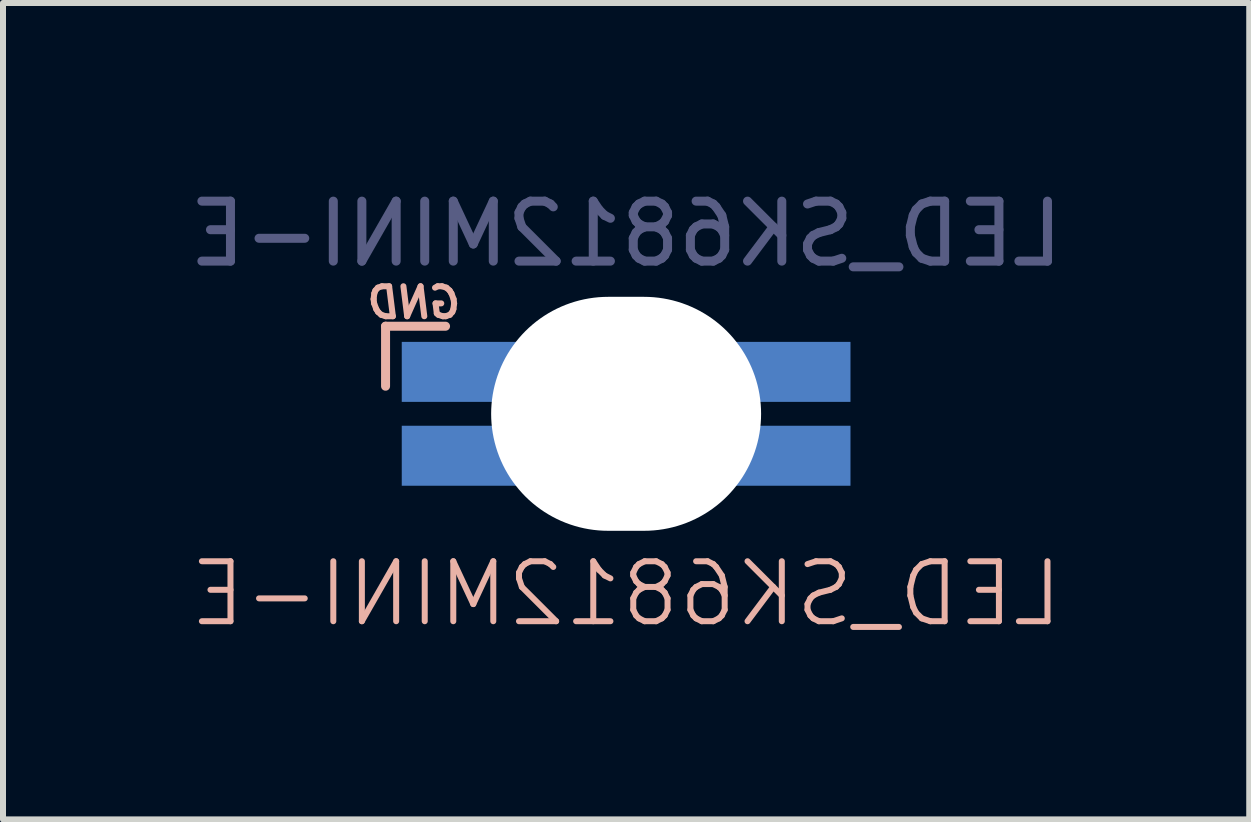
<source format=kicad_pcb>
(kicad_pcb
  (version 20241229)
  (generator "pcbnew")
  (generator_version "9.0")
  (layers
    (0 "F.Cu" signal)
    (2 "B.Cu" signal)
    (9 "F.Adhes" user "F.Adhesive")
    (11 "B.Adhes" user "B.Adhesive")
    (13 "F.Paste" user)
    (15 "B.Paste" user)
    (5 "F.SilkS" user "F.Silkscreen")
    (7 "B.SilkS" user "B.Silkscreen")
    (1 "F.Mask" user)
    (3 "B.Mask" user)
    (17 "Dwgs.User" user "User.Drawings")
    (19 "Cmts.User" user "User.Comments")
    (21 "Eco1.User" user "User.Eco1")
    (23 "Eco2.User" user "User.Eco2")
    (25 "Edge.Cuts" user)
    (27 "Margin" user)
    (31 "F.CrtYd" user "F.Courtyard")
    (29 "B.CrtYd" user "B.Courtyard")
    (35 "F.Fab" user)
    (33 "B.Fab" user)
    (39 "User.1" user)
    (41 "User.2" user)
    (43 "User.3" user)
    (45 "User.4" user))
  (footprint "LED_SK6812MINI-E"
    (layer "F.Cu")
    (at 7.387 3.848)
    (property "Reference" "LED_SK6812MINI-E" (at 0 3 0) (unlocked yes) (layer "B.SilkS") (effects (font (size 1 1) (thickness 0.1)) (justify mirror)))
    (attr smd)
    (fp_line (start -4.01 -0.46) (end -4.01 -1.46) (stroke (width 0.15) (type solid)) (layer "B.SilkS"))
    (fp_line (start -3.01 -1.46) (end -4.01 -1.46) (stroke (width 0.15) (type solid)) (layer "B.SilkS"))
    (fp_text user "GND" (at -3.51 -1.56 0) (unlocked yes) (layer "B.SilkS") (effects (font (size 0.5 0.5) (thickness 0.1) (italic yes)) (justify bottom mirror)))
    (fp_text user "${REFERENCE}" (at 0 -3 0) (unlocked yes) (layer "B.Fab") (effects (font (size 1 1) (thickness 0.15)) (justify mirror)))
    (pad "" np_thru_hole oval (at 0 0 180) (size 4.5 3.9) (drill oval 4.5 3.9) (layers "*.Cu" "*.Mask"))
    (pad "DIN" smd rect (at -2.74 0.699 270) (size 1 2) (layers "B.Cu" "B.Mask" "B.Paste"))
    (pad "DOUT" smd rect (at 2.74 -0.699 270) (size 1 2) (layers "B.Cu" "B.Mask" "B.Paste"))
    (pad "GND" smd rect (at -2.74 -0.699 270) (size 1 2) (layers "B.Cu" "B.Mask" "B.Paste"))
    (pad "VDD" smd rect (at 2.74 0.699 270) (size 1 2) (layers "B.Cu" "B.Mask" "B.Paste")))
  (gr_rect
    (start -3 -3)
    (end 17.774 10.609)
    (stroke (width 0.1) (type default))
    (fill no)
    (layer "Edge.Cuts")))
</source>
